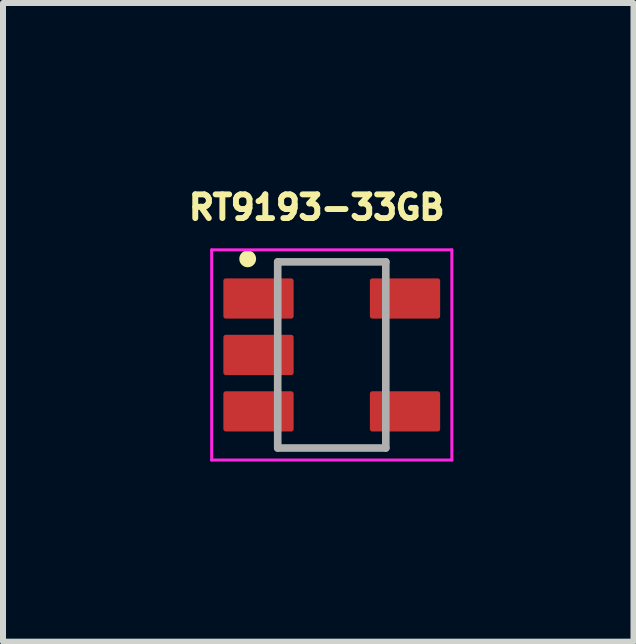
<source format=kicad_pcb>
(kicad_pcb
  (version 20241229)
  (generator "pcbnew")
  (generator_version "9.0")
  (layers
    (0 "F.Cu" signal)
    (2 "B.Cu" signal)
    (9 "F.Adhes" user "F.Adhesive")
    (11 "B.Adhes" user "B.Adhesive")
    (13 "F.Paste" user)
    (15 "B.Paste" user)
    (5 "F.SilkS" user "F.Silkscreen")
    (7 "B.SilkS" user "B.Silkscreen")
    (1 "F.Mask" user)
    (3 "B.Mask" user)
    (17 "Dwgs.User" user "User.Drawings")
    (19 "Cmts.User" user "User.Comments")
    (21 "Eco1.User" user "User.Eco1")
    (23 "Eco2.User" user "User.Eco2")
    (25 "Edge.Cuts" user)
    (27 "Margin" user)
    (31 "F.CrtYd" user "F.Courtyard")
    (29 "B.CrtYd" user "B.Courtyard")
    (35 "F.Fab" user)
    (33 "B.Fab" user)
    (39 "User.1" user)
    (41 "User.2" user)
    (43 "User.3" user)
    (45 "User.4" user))
  (footprint "RT9193-33GB"
    (layer "F.Cu")
    (at 2.475 2.861)
    (property "Reference" "RT9193-33GB" (at -0.251 -2.457 0) (layer "F.SilkS") (effects (font (size 0.395 0.395) (thickness 0.15))))
    (attr smd)
    (fp_circle (center -1.4 -1.6) (end -1.33 -1.6) (stroke (width 0.14) (type solid)) (fill no) (layer "F.SilkS"))
    (fp_line (start -2 -1.75) (end -2 1.75) (stroke (width 0.05) (type solid)) (layer "F.CrtYd"))
    (fp_line (start -2 1.75) (end 2 1.75) (stroke (width 0.05) (type solid)) (layer "F.CrtYd"))
    (fp_line (start 2 -1.75) (end -2 -1.75) (stroke (width 0.05) (type solid)) (layer "F.CrtYd"))
    (fp_line (start 2 1.75) (end 2 -1.75) (stroke (width 0.05) (type solid)) (layer "F.CrtYd"))
    (fp_line (start -0.9 -1.55) (end 0.9 -1.55) (stroke (width 0.127) (type solid)) (layer "F.Fab"))
    (fp_line (start -0.9 1.55) (end -0.9 -1.55) (stroke (width 0.127) (type solid)) (layer "F.Fab"))
    (fp_line (start 0.9 -1.55) (end 0.9 1.55) (stroke (width 0.127) (type solid)) (layer "F.Fab"))
    (fp_line (start 0.9 1.55) (end -0.9 1.55) (stroke (width 0.127) (type solid)) (layer "F.Fab"))
    (pad "1" smd roundrect (at -1.22 -0.94) (size 1.17 0.67) (layers "F.Cu" "F.Mask" "F.Paste") (roundrect_rratio 0.06))
    (pad "2" smd roundrect (at -1.22 0) (size 1.17 0.67) (layers "F.Cu" "F.Mask" "F.Paste") (roundrect_rratio 0.06))
    (pad "3" smd roundrect (at -1.22 0.94) (size 1.17 0.67) (layers "F.Cu" "F.Mask" "F.Paste") (roundrect_rratio 0.06))
    (pad "4" smd roundrect (at 1.22 0.94) (size 1.17 0.67) (layers "F.Cu" "F.Mask" "F.Paste") (roundrect_rratio 0.06))
    (pad "5" smd roundrect (at 1.22 -0.94) (size 1.17 0.67) (layers "F.Cu" "F.Mask" "F.Paste") (roundrect_rratio 0.06)))
  (gr_rect
    (start -3 -3)
    (end 7.5 7.636)
    (stroke (width 0.1) (type default))
    (fill no)
    (layer "Edge.Cuts")))
</source>
